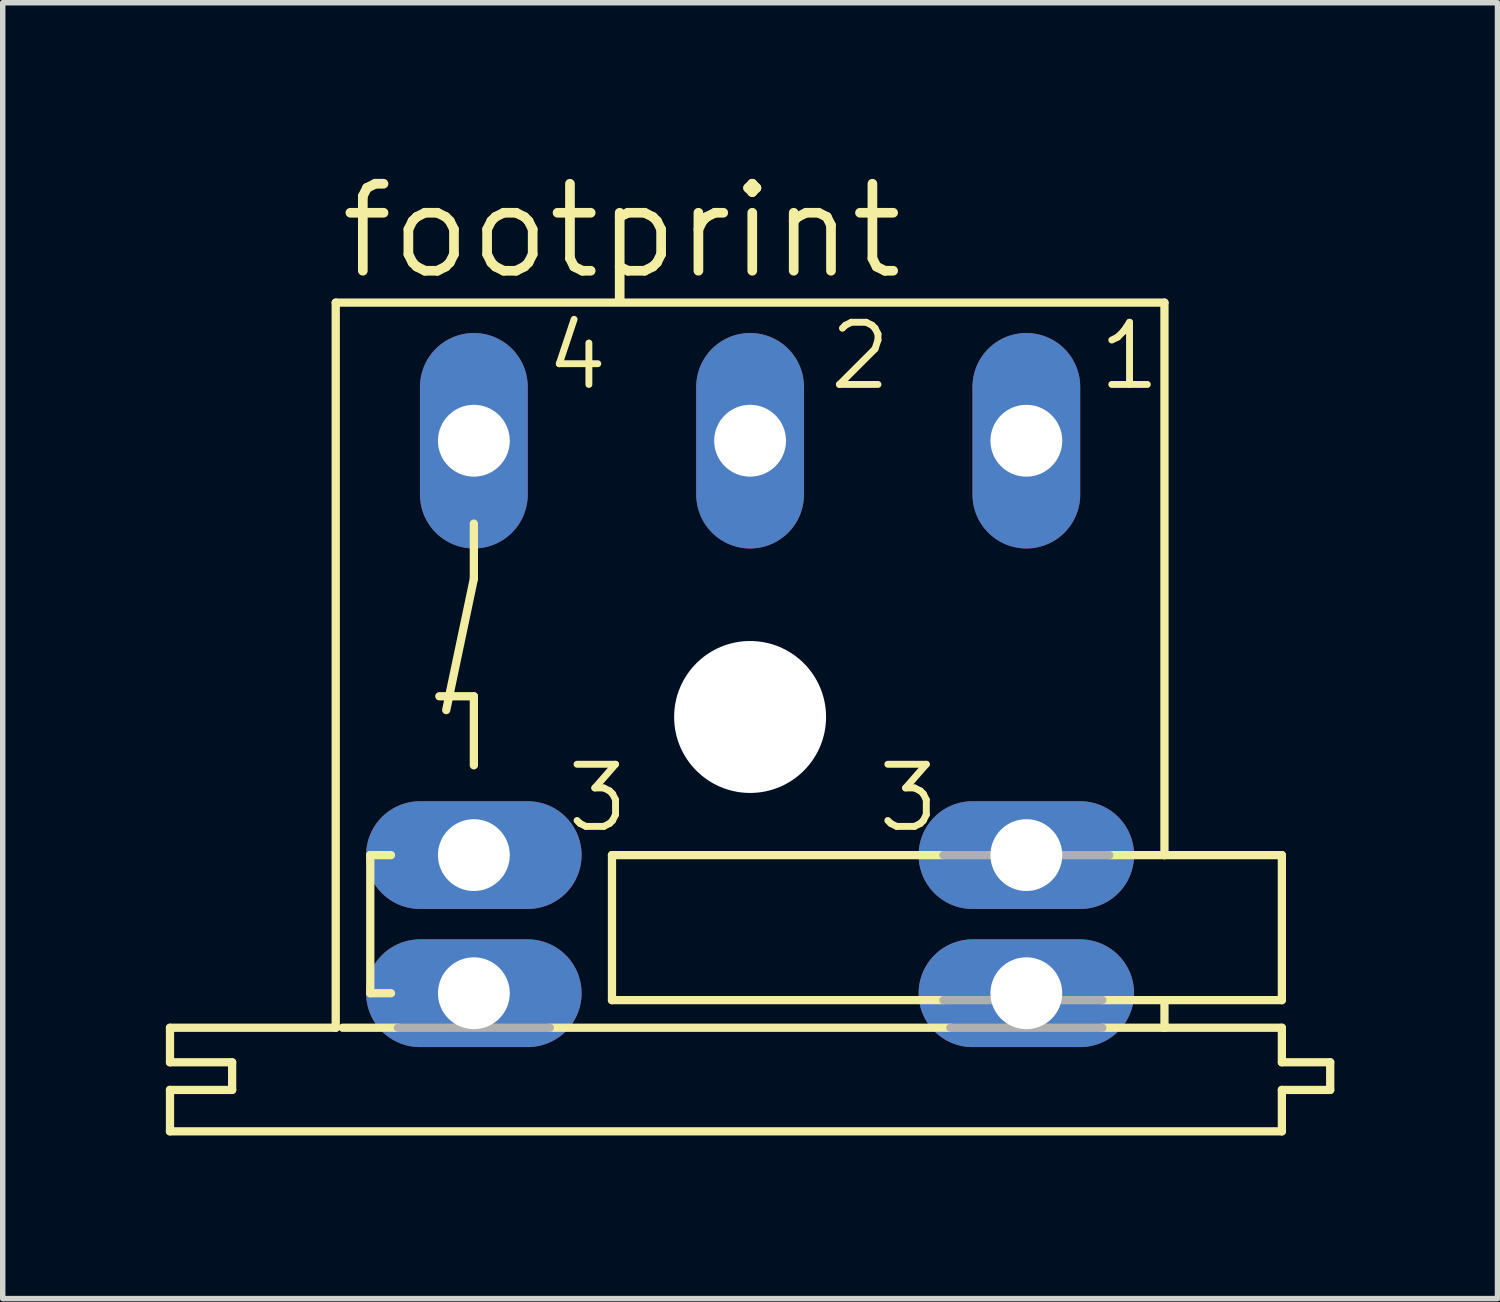
<source format=kicad_pcb>
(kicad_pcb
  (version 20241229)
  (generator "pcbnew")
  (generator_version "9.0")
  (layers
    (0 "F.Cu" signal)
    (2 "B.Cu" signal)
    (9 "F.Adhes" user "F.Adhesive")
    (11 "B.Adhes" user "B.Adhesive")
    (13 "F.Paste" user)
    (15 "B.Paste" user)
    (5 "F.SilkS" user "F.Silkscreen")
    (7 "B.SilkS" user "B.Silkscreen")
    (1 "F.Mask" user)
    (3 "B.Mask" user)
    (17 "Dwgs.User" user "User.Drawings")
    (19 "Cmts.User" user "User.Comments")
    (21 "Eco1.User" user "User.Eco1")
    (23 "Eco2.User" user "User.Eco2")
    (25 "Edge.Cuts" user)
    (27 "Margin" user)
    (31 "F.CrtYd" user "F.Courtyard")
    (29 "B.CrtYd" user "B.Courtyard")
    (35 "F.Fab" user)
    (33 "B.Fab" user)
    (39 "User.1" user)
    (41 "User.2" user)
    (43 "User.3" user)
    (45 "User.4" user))
  (footprint "footprint"
    (layer "F.Cu")
    (at 10.744 10.135)
    (property "Reference" "footprint" (at -7.62 -8.001 0) (layer "F.SilkS") (effects (font (size 1.6 1.6) (thickness 0.178)) (justify left bottom)))
    (fp_line (start -10.668 6.35) (end -10.668 5.715) (stroke (width 0.152) (type solid)) (layer "F.SilkS"))
    (fp_line (start -10.668 6.35) (end -9.525 6.35) (stroke (width 0.152) (type solid)) (layer "F.SilkS"))
    (fp_line (start -10.668 7.62) (end -10.668 6.858) (stroke (width 0.152) (type solid)) (layer "F.SilkS"))
    (fp_line (start -10.668 7.62) (end 9.779 7.62) (stroke (width 0.152) (type solid)) (layer "F.SilkS"))
    (fp_line (start -9.525 6.858) (end -10.668 6.858) (stroke (width 0.152) (type solid)) (layer "F.SilkS"))
    (fp_line (start -9.525 6.858) (end -9.525 6.35) (stroke (width 0.152) (type solid)) (layer "F.SilkS"))
    (fp_line (start -7.62 -7.62) (end -7.62 5.715) (stroke (width 0.152) (type solid)) (layer "F.SilkS"))
    (fp_line (start -7.62 5.715) (end -10.668 5.715) (stroke (width 0.152) (type solid)) (layer "F.SilkS"))
    (fp_line (start -7.493 5.715) (end -6.477 5.715) (stroke (width 0.152) (type solid)) (layer "F.SilkS"))
    (fp_line (start -6.985 2.54) (end -6.985 5.08) (stroke (width 0.152) (type solid)) (layer "F.SilkS"))
    (fp_line (start -6.985 5.08) (end -6.604 5.08) (stroke (width 0.152) (type solid)) (layer "F.SilkS"))
    (fp_line (start -6.604 2.54) (end -6.985 2.54) (stroke (width 0.152) (type solid)) (layer "F.SilkS"))
    (fp_line (start -5.715 -0.381) (end -5.08 -0.381) (stroke (width 0.152) (type solid)) (layer "F.SilkS"))
    (fp_line (start -5.08 -3.556) (end -5.08 -2.54) (stroke (width 0.152) (type solid)) (layer "F.SilkS"))
    (fp_line (start -5.08 -2.54) (end -5.588 -0.127) (stroke (width 0.152) (type solid)) (layer "F.SilkS"))
    (fp_line (start -5.08 -0.381) (end -5.08 0.889) (stroke (width 0.152) (type solid)) (layer "F.SilkS"))
    (fp_line (start -3.683 5.715) (end 3.683 5.715) (stroke (width 0.152) (type solid)) (layer "F.SilkS"))
    (fp_line (start -2.54 2.54) (end -2.54 5.207) (stroke (width 0.152) (type solid)) (layer "F.SilkS"))
    (fp_line (start -2.54 5.207) (end 3.556 5.207) (stroke (width 0.152) (type solid)) (layer "F.SilkS"))
    (fp_line (start 3.556 2.54) (end -2.54 2.54) (stroke (width 0.152) (type solid)) (layer "F.SilkS"))
    (fp_line (start 6.477 5.207) (end 7.62 5.207) (stroke (width 0.152) (type solid)) (layer "F.SilkS"))
    (fp_line (start 6.477 5.715) (end 7.62 5.715) (stroke (width 0.152) (type solid)) (layer "F.SilkS"))
    (fp_line (start 7.62 -7.62) (end -7.62 -7.62) (stroke (width 0.152) (type solid)) (layer "F.SilkS"))
    (fp_line (start 7.62 -7.62) (end 7.62 2.54) (stroke (width 0.152) (type solid)) (layer "F.SilkS"))
    (fp_line (start 7.62 2.54) (end 6.604 2.54) (stroke (width 0.152) (type solid)) (layer "F.SilkS"))
    (fp_line (start 7.62 5.715) (end 7.62 5.207) (stroke (width 0.152) (type solid)) (layer "F.SilkS"))
    (fp_line (start 9.779 2.54) (end 7.62 2.54) (stroke (width 0.152) (type solid)) (layer "F.SilkS"))
    (fp_line (start 9.779 5.207) (end 7.62 5.207) (stroke (width 0.152) (type solid)) (layer "F.SilkS"))
    (fp_line (start 9.779 5.207) (end 9.779 2.54) (stroke (width 0.152) (type solid)) (layer "F.SilkS"))
    (fp_line (start 9.779 5.715) (end 7.62 5.715) (stroke (width 0.152) (type solid)) (layer "F.SilkS"))
    (fp_line (start 9.779 5.715) (end 9.779 6.35) (stroke (width 0.152) (type solid)) (layer "F.SilkS"))
    (fp_line (start 9.779 7.62) (end 9.779 6.858) (stroke (width 0.152) (type solid)) (layer "F.SilkS"))
    (fp_line (start 10.668 6.35) (end 9.779 6.35) (stroke (width 0.152) (type solid)) (layer "F.SilkS"))
    (fp_line (start 10.668 6.858) (end 9.779 6.858) (stroke (width 0.152) (type solid)) (layer "F.SilkS"))
    (fp_line (start 10.668 6.858) (end 10.668 6.35) (stroke (width 0.152) (type solid)) (layer "F.SilkS"))
    (fp_line (start -3.683 5.715) (end -6.477 5.715) (stroke (width 0.152) (type solid)) (layer "F.Fab"))
    (fp_line (start 3.556 5.207) (end 6.477 5.207) (stroke (width 0.152) (type solid)) (layer "F.Fab"))
    (fp_line (start 6.477 5.715) (end 3.683 5.715) (stroke (width 0.152) (type solid)) (layer "F.Fab"))
    (fp_line (start 6.604 2.54) (end 3.556 2.54) (stroke (width 0.152) (type solid)) (layer "F.Fab"))
    (fp_text user "2" (at 1.397 -5.969 0) (layer "F.SilkS") (effects (font (size 1.143 1.143) (thickness 0.127)) (justify left bottom)))
    (fp_text user "3 " (at 2.286 2.159 0) (layer "F.SilkS") (effects (font (size 1.143 1.143) (thickness 0.127)) (justify left bottom)))
    (fp_text user "3" (at -3.429 2.159 0) (layer "F.SilkS") (effects (font (size 1.143 1.143) (thickness 0.127)) (justify left bottom)))
    (fp_text user "4" (at -3.81 -5.969 0) (layer "F.SilkS") (effects (font (size 1.143 1.143) (thickness 0.127)) (justify left bottom)))
    (fp_text user "1" (at 6.35 -5.969 0) (layer "F.SilkS") (effects (font (size 1.143 1.143) (thickness 0.127)) (justify left bottom)))
    (pad "" np_thru_hole circle (at 0 0) (size 2.794 2.794) (drill 2.794) (layers "*.Cu" "*.Mask"))
    (pad "1" thru_hole oval (at 5.08 -5.08 90) (size 3.962 1.981) (drill 1.321) (layers "*.Cu" "*.Mask"))
    (pad "2" thru_hole oval (at 0 -5.08 90) (size 3.962 1.981) (drill 1.321) (layers "*.Cu" "*.Mask"))
    (pad "3" thru_hole oval (at -5.08 2.54) (size 3.962 1.981) (drill 1.321) (layers "*.Cu" "*.Mask"))
    (pad "3@1" thru_hole oval (at -5.08 5.08) (size 3.962 1.981) (drill 1.321) (layers "*.Cu" "*.Mask"))
    (pad "3@2" thru_hole oval (at 5.08 5.08) (size 3.962 1.981) (drill 1.321) (layers "*.Cu" "*.Mask"))
    (pad "3@3" thru_hole oval (at 5.08 2.54) (size 3.962 1.981) (drill 1.321) (layers "*.Cu" "*.Mask"))
    (pad "4" thru_hole oval (at -5.08 -5.08 90) (size 3.962 1.981) (drill 1.321) (layers "*.Cu" "*.Mask")))
  (gr_rect
    (start -3 -3)
    (end 24.488 20.831)
    (stroke (width 0.1) (type default))
    (fill no)
    (layer "Edge.Cuts")))
</source>
